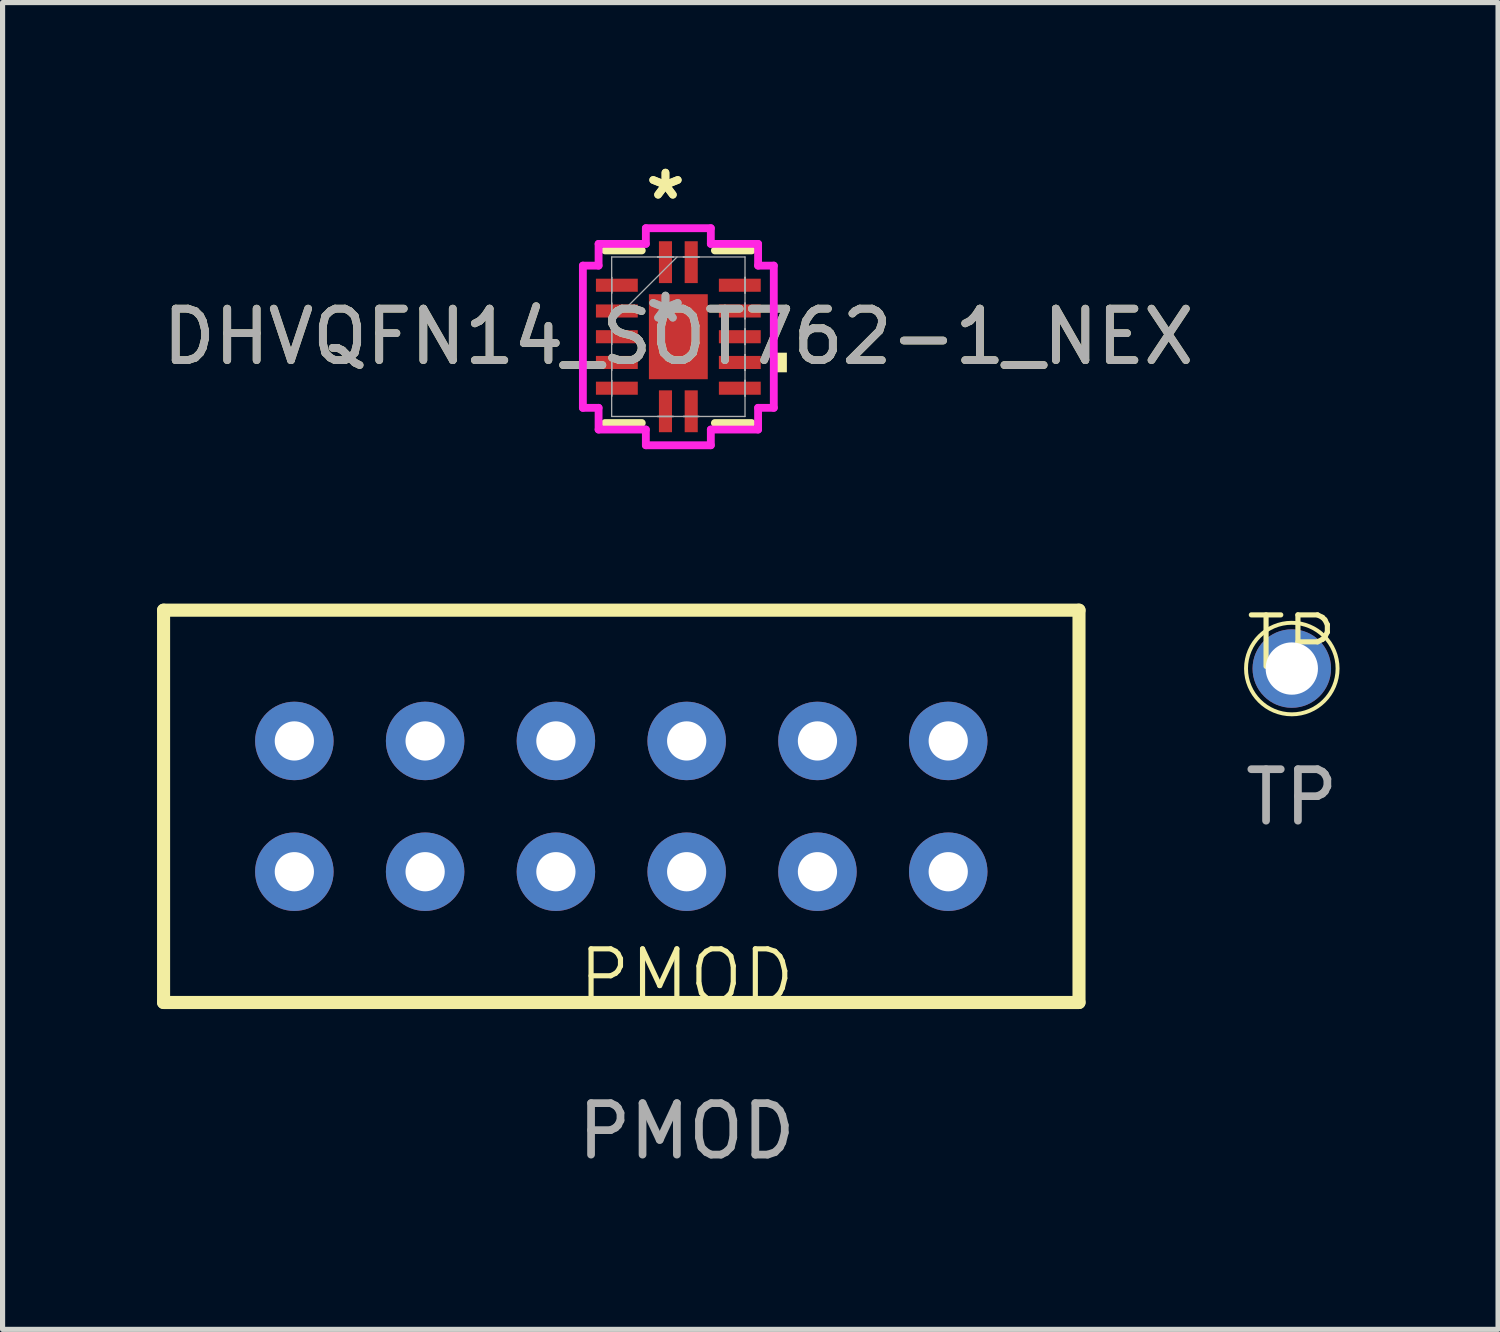
<source format=kicad_pcb>
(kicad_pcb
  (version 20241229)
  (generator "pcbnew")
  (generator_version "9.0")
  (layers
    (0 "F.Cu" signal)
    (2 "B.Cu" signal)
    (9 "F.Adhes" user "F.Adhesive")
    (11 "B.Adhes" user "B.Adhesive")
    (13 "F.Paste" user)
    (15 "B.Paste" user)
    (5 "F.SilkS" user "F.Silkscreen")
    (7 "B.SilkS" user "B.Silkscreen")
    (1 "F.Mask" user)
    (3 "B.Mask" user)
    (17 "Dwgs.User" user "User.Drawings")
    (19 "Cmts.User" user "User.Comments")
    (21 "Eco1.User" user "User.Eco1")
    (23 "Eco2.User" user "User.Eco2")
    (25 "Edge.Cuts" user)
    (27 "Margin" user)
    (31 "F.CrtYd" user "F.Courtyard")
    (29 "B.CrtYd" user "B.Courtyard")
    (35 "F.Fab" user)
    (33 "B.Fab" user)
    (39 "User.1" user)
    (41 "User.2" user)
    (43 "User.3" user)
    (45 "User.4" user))
  (footprint "TP"
    (layer "F.Cu")
    (at 22.04 9.935)
    (property "Reference" "TP" (at 0 -0.5 0) (unlocked yes) (layer "F.SilkS") (effects (font (size 1 1) (thickness 0.1))))
    (attr through_hole)
    (fp_circle (center 0 0) (end 0.889 0) (stroke (width 0.076) (type default)) (fill no) (layer "F.SilkS"))
    (fp_text user "${REFERENCE}" (at 0 2.5 0) (unlocked yes) (layer "F.Fab") (effects (font (size 1 1) (thickness 0.15))))
    (pad "1" thru_hole circle (at 0 0) (size 1.524 1.524) (drill 1.016) (layers "*.Cu" "*.Mask")))
  (footprint "PMOD"
    (layer "F.Cu")
    (at 10.287 16.421)
    (property "Reference" "PMOD" (at 0 -0.5 0) (unlocked yes) (layer "F.SilkS") (effects (font (size 1 1) (thickness 0.1))))
    (attr through_hole)
    (fp_line (start -10.16 -7.62) (end 7.62 -7.62) (stroke (width 0.254) (type default)) (layer "F.SilkS"))
    (fp_line (start -10.16 0) (end -10.16 -7.62) (stroke (width 0.254) (type default)) (layer "F.SilkS"))
    (fp_line (start 7.62 -7.62) (end 7.62 0) (stroke (width 0.254) (type default)) (layer "F.SilkS"))
    (fp_line (start 7.62 0) (end -10.16 0) (stroke (width 0.254) (type default)) (layer "F.SilkS"))
    (fp_text user "${REFERENCE}" (at 0 2.5 0) (unlocked yes) (layer "F.Fab") (effects (font (size 1 1) (thickness 0.15))))
    (pad "1" thru_hole circle (at -7.62 -2.54) (size 1.524 1.524) (drill 0.762) (layers "*.Cu" "*.Mask"))
    (pad "2" thru_hole circle (at -5.08 -2.54) (size 1.524 1.524) (drill 0.762) (layers "*.Cu" "*.Mask"))
    (pad "3" thru_hole circle (at -2.54 -2.54) (size 1.524 1.524) (drill 0.762) (layers "*.Cu" "*.Mask"))
    (pad "4" thru_hole circle (at 0 -2.54) (size 1.524 1.524) (drill 0.762) (layers "*.Cu" "*.Mask"))
    (pad "5" thru_hole circle (at 2.54 -2.54) (size 1.524 1.524) (drill 0.762) (layers "*.Cu" "*.Mask"))
    (pad "6" thru_hole circle (at 5.08 -2.54) (size 1.524 1.524) (drill 0.762) (layers "*.Cu" "*.Mask"))
    (pad "7" thru_hole circle (at -7.62 -5.08) (size 1.524 1.524) (drill 0.762) (layers "*.Cu" "*.Mask"))
    (pad "8" thru_hole circle (at -5.08 -5.08) (size 1.524 1.524) (drill 0.762) (layers "*.Cu" "*.Mask"))
    (pad "9" thru_hole circle (at -2.54 -5.08) (size 1.524 1.524) (drill 0.762) (layers "*.Cu" "*.Mask"))
    (pad "10" thru_hole circle (at 0 -5.08) (size 1.524 1.524) (drill 0.762) (layers "*.Cu" "*.Mask"))
    (pad "11" thru_hole circle (at 2.54 -5.08) (size 1.524 1.524) (drill 0.762) (layers "*.Cu" "*.Mask"))
    (pad "12" thru_hole circle (at 5.08 -5.08) (size 1.524 1.524) (drill 0.762) (layers "*.Cu" "*.Mask")))
  (footprint "DHVQFN14_SOT762-1_NEX"
    (layer "F.Cu")
    (at 10.125 3.49)
    (property "Reference" "DHVQFN14_SOT762-1_NEX" (at 0 0 0) (unlocked yes) (layer "F.SilkS") (effects (font (size 1 1) (thickness 0.15))))
    (attr smd)
    (fp_line (start -1.422 1.676) (end -0.71 1.676) (stroke (width 0.152) (type solid)) (layer "F.SilkS"))
    (fp_line (start -0.71 -1.676) (end -1.422 -1.676) (stroke (width 0.152) (type solid)) (layer "F.SilkS"))
    (fp_line (start 0.71 1.676) (end 1.422 1.676) (stroke (width 0.152) (type solid)) (layer "F.SilkS"))
    (fp_line (start 1.422 -1.676) (end 0.71 -1.676) (stroke (width 0.152) (type solid)) (layer "F.SilkS"))
    (fp_poly (pts (xy 2.108 0.31) (xy 2.108 0.691) (xy 1.854 0.691) (xy 1.854 0.31)) (stroke (width 0) (type solid)) (fill yes) (layer "F.SilkS"))
    (fp_line (start -1.854 -1.381) (end -1.549 -1.381) (stroke (width 0.152) (type solid)) (layer "F.CrtYd"))
    (fp_line (start -1.854 1.381) (end -1.854 -1.381) (stroke (width 0.152) (type solid)) (layer "F.CrtYd"))
    (fp_line (start -1.549 -1.803) (end -0.631 -1.803) (stroke (width 0.152) (type solid)) (layer "F.CrtYd"))
    (fp_line (start -1.549 -1.381) (end -1.549 -1.803) (stroke (width 0.152) (type solid)) (layer "F.CrtYd"))
    (fp_line (start -1.549 1.381) (end -1.854 1.381) (stroke (width 0.152) (type solid)) (layer "F.CrtYd"))
    (fp_line (start -1.549 1.803) (end -1.549 1.381) (stroke (width 0.152) (type solid)) (layer "F.CrtYd"))
    (fp_line (start -0.631 -2.108) (end 0.631 -2.108) (stroke (width 0.152) (type solid)) (layer "F.CrtYd"))
    (fp_line (start -0.631 -1.803) (end -0.631 -2.108) (stroke (width 0.152) (type solid)) (layer "F.CrtYd"))
    (fp_line (start -0.631 1.803) (end -1.549 1.803) (stroke (width 0.152) (type solid)) (layer "F.CrtYd"))
    (fp_line (start -0.631 2.108) (end -0.631 1.803) (stroke (width 0.152) (type solid)) (layer "F.CrtYd"))
    (fp_line (start 0.631 -2.108) (end 0.631 -1.803) (stroke (width 0.152) (type solid)) (layer "F.CrtYd"))
    (fp_line (start 0.631 -1.803) (end 1.549 -1.803) (stroke (width 0.152) (type solid)) (layer "F.CrtYd"))
    (fp_line (start 0.631 1.803) (end 0.631 2.108) (stroke (width 0.152) (type solid)) (layer "F.CrtYd"))
    (fp_line (start 0.631 2.108) (end -0.631 2.108) (stroke (width 0.152) (type solid)) (layer "F.CrtYd"))
    (fp_line (start 1.549 -1.803) (end 1.549 -1.381) (stroke (width 0.152) (type solid)) (layer "F.CrtYd"))
    (fp_line (start 1.549 -1.381) (end 1.854 -1.381) (stroke (width 0.152) (type solid)) (layer "F.CrtYd"))
    (fp_line (start 1.549 1.381) (end 1.549 1.803) (stroke (width 0.152) (type solid)) (layer "F.CrtYd"))
    (fp_line (start 1.549 1.803) (end 0.631 1.803) (stroke (width 0.152) (type solid)) (layer "F.CrtYd"))
    (fp_line (start 1.854 -1.381) (end 1.854 1.381) (stroke (width 0.152) (type solid)) (layer "F.CrtYd"))
    (fp_line (start 1.854 1.381) (end 1.549 1.381) (stroke (width 0.152) (type solid)) (layer "F.CrtYd"))
    (fp_line (start -1.295 -1.549) (end -1.295 1.549) (stroke (width 0.025) (type solid)) (layer "F.Fab"))
    (fp_line (start -1.295 -1.153) (end -1.295 -1.153) (stroke (width 0.025) (type solid)) (layer "F.Fab"))
    (fp_line (start -1.295 -1.153) (end -1.295 -0.848) (stroke (width 0.025) (type solid)) (layer "F.Fab"))
    (fp_line (start -1.295 -0.848) (end -1.295 -1.153) (stroke (width 0.025) (type solid)) (layer "F.Fab"))
    (fp_line (start -1.295 -0.848) (end -1.295 -0.848) (stroke (width 0.025) (type solid)) (layer "F.Fab"))
    (fp_line (start -1.295 -0.653) (end -1.295 -0.653) (stroke (width 0.025) (type solid)) (layer "F.Fab"))
    (fp_line (start -1.295 -0.653) (end -1.295 -0.348) (stroke (width 0.025) (type solid)) (layer "F.Fab"))
    (fp_line (start -1.295 -0.348) (end -1.295 -0.653) (stroke (width 0.025) (type solid)) (layer "F.Fab"))
    (fp_line (start -1.295 -0.348) (end -1.295 -0.348) (stroke (width 0.025) (type solid)) (layer "F.Fab"))
    (fp_line (start -1.295 -0.279) (end -0.025 -1.549) (stroke (width 0.025) (type solid)) (layer "F.Fab"))
    (fp_line (start -1.295 -0.152) (end -1.295 -0.152) (stroke (width 0.025) (type solid)) (layer "F.Fab"))
    (fp_line (start -1.295 -0.152) (end -1.295 0.152) (stroke (width 0.025) (type solid)) (layer "F.Fab"))
    (fp_line (start -1.295 0.152) (end -1.295 -0.152) (stroke (width 0.025) (type solid)) (layer "F.Fab"))
    (fp_line (start -1.295 0.152) (end -1.295 0.152) (stroke (width 0.025) (type solid)) (layer "F.Fab"))
    (fp_line (start -1.295 0.348) (end -1.295 0.348) (stroke (width 0.025) (type solid)) (layer "F.Fab"))
    (fp_line (start -1.295 0.348) (end -1.295 0.653) (stroke (width 0.025) (type solid)) (layer "F.Fab"))
    (fp_line (start -1.295 0.653) (end -1.295 0.348) (stroke (width 0.025) (type solid)) (layer "F.Fab"))
    (fp_line (start -1.295 0.653) (end -1.295 0.653) (stroke (width 0.025) (type solid)) (layer "F.Fab"))
    (fp_line (start -1.295 0.848) (end -1.295 0.848) (stroke (width 0.025) (type solid)) (layer "F.Fab"))
    (fp_line (start -1.295 0.848) (end -1.295 1.153) (stroke (width 0.025) (type solid)) (layer "F.Fab"))
    (fp_line (start -1.295 1.153) (end -1.295 0.848) (stroke (width 0.025) (type solid)) (layer "F.Fab"))
    (fp_line (start -1.295 1.153) (end -1.295 1.153) (stroke (width 0.025) (type solid)) (layer "F.Fab"))
    (fp_line (start -1.295 1.549) (end 1.295 1.549) (stroke (width 0.025) (type solid)) (layer "F.Fab"))
    (fp_line (start -0.402 -1.549) (end -0.402 -1.549) (stroke (width 0.025) (type solid)) (layer "F.Fab"))
    (fp_line (start -0.402 -1.549) (end -0.098 -1.549) (stroke (width 0.025) (type solid)) (layer "F.Fab"))
    (fp_line (start -0.402 1.549) (end -0.402 1.549) (stroke (width 0.025) (type solid)) (layer "F.Fab"))
    (fp_line (start -0.402 1.549) (end -0.098 1.549) (stroke (width 0.025) (type solid)) (layer "F.Fab"))
    (fp_line (start -0.098 -1.549) (end -0.402 -1.549) (stroke (width 0.025) (type solid)) (layer "F.Fab"))
    (fp_line (start -0.098 -1.549) (end -0.098 -1.549) (stroke (width 0.025) (type solid)) (layer "F.Fab"))
    (fp_line (start -0.098 1.549) (end -0.402 1.549) (stroke (width 0.025) (type solid)) (layer "F.Fab"))
    (fp_line (start -0.098 1.549) (end -0.098 1.549) (stroke (width 0.025) (type solid)) (layer "F.Fab"))
    (fp_line (start 0.098 -1.549) (end 0.098 -1.549) (stroke (width 0.025) (type solid)) (layer "F.Fab"))
    (fp_line (start 0.098 -1.549) (end 0.402 -1.549) (stroke (width 0.025) (type solid)) (layer "F.Fab"))
    (fp_line (start 0.098 1.549) (end 0.098 1.549) (stroke (width 0.025) (type solid)) (layer "F.Fab"))
    (fp_line (start 0.098 1.549) (end 0.402 1.549) (stroke (width 0.025) (type solid)) (layer "F.Fab"))
    (fp_line (start 0.402 -1.549) (end 0.098 -1.549) (stroke (width 0.025) (type solid)) (layer "F.Fab"))
    (fp_line (start 0.402 -1.549) (end 0.402 -1.549) (stroke (width 0.025) (type solid)) (layer "F.Fab"))
    (fp_line (start 0.402 1.549) (end 0.098 1.549) (stroke (width 0.025) (type solid)) (layer "F.Fab"))
    (fp_line (start 0.402 1.549) (end 0.402 1.549) (stroke (width 0.025) (type solid)) (layer "F.Fab"))
    (fp_line (start 1.295 -1.549) (end -1.295 -1.549) (stroke (width 0.025) (type solid)) (layer "F.Fab"))
    (fp_line (start 1.295 -1.153) (end 1.295 -1.153) (stroke (width 0.025) (type solid)) (layer "F.Fab"))
    (fp_line (start 1.295 -1.153) (end 1.295 -0.848) (stroke (width 0.025) (type solid)) (layer "F.Fab"))
    (fp_line (start 1.295 -0.848) (end 1.295 -1.153) (stroke (width 0.025) (type solid)) (layer "F.Fab"))
    (fp_line (start 1.295 -0.848) (end 1.295 -0.848) (stroke (width 0.025) (type solid)) (layer "F.Fab"))
    (fp_line (start 1.295 -0.653) (end 1.295 -0.653) (stroke (width 0.025) (type solid)) (layer "F.Fab"))
    (fp_line (start 1.295 -0.653) (end 1.295 -0.348) (stroke (width 0.025) (type solid)) (layer "F.Fab"))
    (fp_line (start 1.295 -0.348) (end 1.295 -0.653) (stroke (width 0.025) (type solid)) (layer "F.Fab"))
    (fp_line (start 1.295 -0.348) (end 1.295 -0.348) (stroke (width 0.025) (type solid)) (layer "F.Fab"))
    (fp_line (start 1.295 -0.152) (end 1.295 -0.152) (stroke (width 0.025) (type solid)) (layer "F.Fab"))
    (fp_line (start 1.295 -0.152) (end 1.295 0.152) (stroke (width 0.025) (type solid)) (layer "F.Fab"))
    (fp_line (start 1.295 0.152) (end 1.295 -0.152) (stroke (width 0.025) (type solid)) (layer "F.Fab"))
    (fp_line (start 1.295 0.152) (end 1.295 0.152) (stroke (width 0.025) (type solid)) (layer "F.Fab"))
    (fp_line (start 1.295 0.348) (end 1.295 0.348) (stroke (width 0.025) (type solid)) (layer "F.Fab"))
    (fp_line (start 1.295 0.348) (end 1.295 0.653) (stroke (width 0.025) (type solid)) (layer "F.Fab"))
    (fp_line (start 1.295 0.653) (end 1.295 0.348) (stroke (width 0.025) (type solid)) (layer "F.Fab"))
    (fp_line (start 1.295 0.653) (end 1.295 0.653) (stroke (width 0.025) (type solid)) (layer "F.Fab"))
    (fp_line (start 1.295 0.848) (end 1.295 0.848) (stroke (width 0.025) (type solid)) (layer "F.Fab"))
    (fp_line (start 1.295 0.848) (end 1.295 1.153) (stroke (width 0.025) (type solid)) (layer "F.Fab"))
    (fp_line (start 1.295 1.153) (end 1.295 0.848) (stroke (width 0.025) (type solid)) (layer "F.Fab"))
    (fp_line (start 1.295 1.153) (end 1.295 1.153) (stroke (width 0.025) (type solid)) (layer "F.Fab"))
    (fp_line (start 1.295 1.549) (end 1.295 -1.549) (stroke (width 0.025) (type solid)) (layer "F.Fab"))
    (fp_text user "*" (at -0.25 -2.642 0) (unlocked yes) (layer "F.SilkS") (effects (font (size 1 1) (thickness 0.15))))
    (fp_text user "*" (at -0.25 -2.642 0) (layer "F.SilkS") (effects (font (size 1 1) (thickness 0.15))))
    (fp_text user "*" (at -0.25 -0.254 0) (unlocked yes) (layer "F.Fab") (effects (font (size 1 1) (thickness 0.15))))
    (fp_text user "*" (at -0.25 -0.254 0) (layer "F.Fab") (effects (font (size 1 1) (thickness 0.15))))
    (fp_text user "${REFERENCE}" (at 0 0 0) (unlocked yes) (layer "F.Fab") (effects (font (size 1 1) (thickness 0.15))))
    (pad "1" smd rect (at -0.25 -1.448) (size 0.254 0.813) (layers "F.Cu" "F.Mask" "F.Paste"))
    (pad "2" smd rect (at -1.194 -1 90) (size 0.254 0.813) (layers "F.Cu" "F.Mask" "F.Paste"))
    (pad "3" smd rect (at -1.194 -0.5 90) (size 0.254 0.813) (layers "F.Cu" "F.Mask" "F.Paste"))
    (pad "4" smd rect (at -1.194 0 90) (size 0.254 0.813) (layers "F.Cu" "F.Mask" "F.Paste"))
    (pad "5" smd rect (at -1.194 0.5 90) (size 0.254 0.813) (layers "F.Cu" "F.Mask" "F.Paste"))
    (pad "6" smd rect (at -1.194 1 90) (size 0.254 0.813) (layers "F.Cu" "F.Mask" "F.Paste"))
    (pad "7" smd rect (at -0.25 1.448) (size 0.254 0.813) (layers "F.Cu" "F.Mask" "F.Paste"))
    (pad "8" smd rect (at 0.25 1.448) (size 0.254 0.813) (layers "F.Cu" "F.Mask" "F.Paste"))
    (pad "9" smd rect (at 1.194 1 90) (size 0.254 0.813) (layers "F.Cu" "F.Mask" "F.Paste"))
    (pad "10" smd rect (at 1.194 0.5 90) (size 0.254 0.813) (layers "F.Cu" "F.Mask" "F.Paste"))
    (pad "11" smd rect (at 1.194 0 90) (size 0.254 0.813) (layers "F.Cu" "F.Mask" "F.Paste"))
    (pad "12" smd rect (at 1.194 -0.5 90) (size 0.254 0.813) (layers "F.Cu" "F.Mask" "F.Paste"))
    (pad "13" smd rect (at 1.194 -1 90) (size 0.254 0.813) (layers "F.Cu" "F.Mask" "F.Paste"))
    (pad "14" smd rect (at 0.25 -1.448) (size 0.254 0.813) (layers "F.Cu" "F.Mask" "F.Paste"))
    (pad "15" smd rect (at 0 0) (size 1.143 1.651) (layers "F.Cu" "F.Mask" "F.Paste")))
  (gr_rect
    (start -3 -3)
    (end 26.046 22.77)
    (stroke (width 0.1) (type default))
    (fill no)
    (layer "Edge.Cuts")))
</source>
